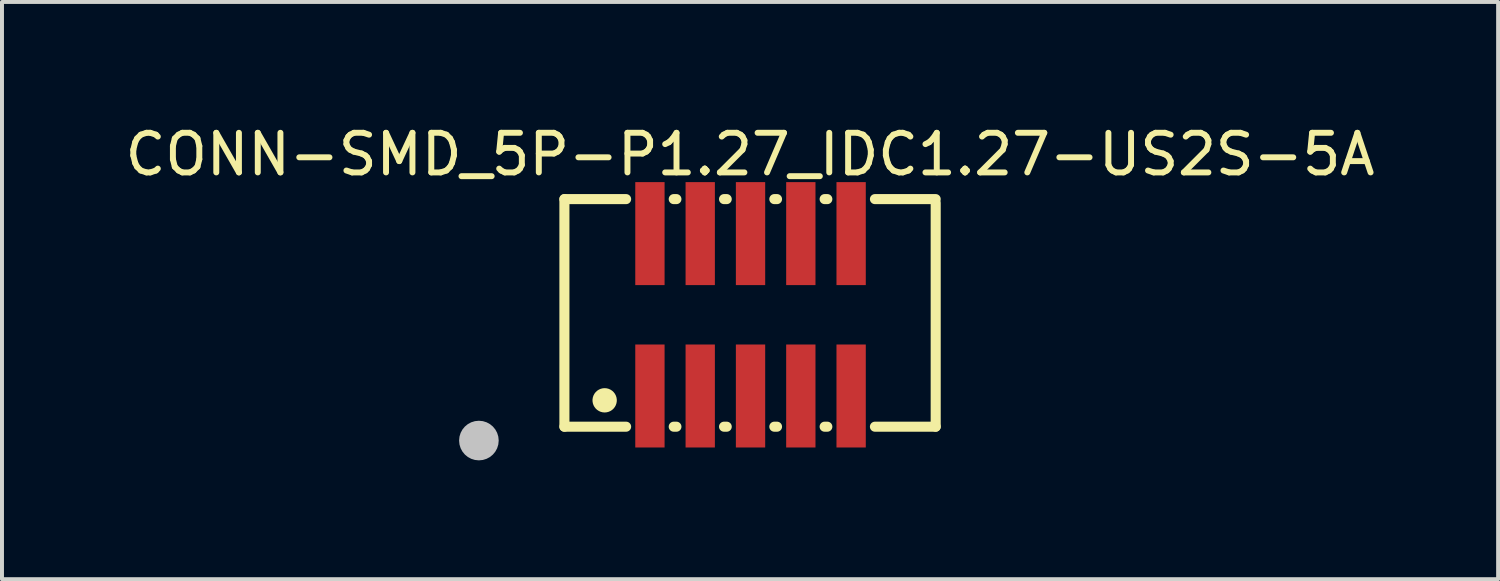
<source format=kicad_pcb>
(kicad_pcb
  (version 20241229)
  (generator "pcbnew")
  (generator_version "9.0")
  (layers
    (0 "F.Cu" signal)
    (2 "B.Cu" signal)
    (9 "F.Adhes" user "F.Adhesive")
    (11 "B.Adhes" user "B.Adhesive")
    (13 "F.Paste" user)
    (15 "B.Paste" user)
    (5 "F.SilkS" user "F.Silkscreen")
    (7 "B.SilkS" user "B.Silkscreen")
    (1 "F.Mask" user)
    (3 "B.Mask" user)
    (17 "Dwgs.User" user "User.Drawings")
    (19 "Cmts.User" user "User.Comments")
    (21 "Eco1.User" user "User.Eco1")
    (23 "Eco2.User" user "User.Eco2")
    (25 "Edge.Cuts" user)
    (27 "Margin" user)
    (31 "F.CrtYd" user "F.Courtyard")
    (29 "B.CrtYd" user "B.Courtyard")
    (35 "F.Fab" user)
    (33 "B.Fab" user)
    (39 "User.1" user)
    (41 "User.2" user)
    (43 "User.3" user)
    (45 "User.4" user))
  (footprint "CONN-SMD_5P-P1.27_IDC1.27-US2S-5A"
    (layer "F.Cu")
    (at 15.899 4.898)
    (property "Reference" "CONN-SMD_5P-P1.27_IDC1.27-US2S-5A" (at -0.012 -4.05 0) (layer "F.SilkS") (effects (font (size 1 1) (thickness 0.15))))
    (fp_line (start -4.699 -2.921) (end -3.141 -2.921) (stroke (width 0.254) (type default)) (layer "F.SilkS"))
    (fp_line (start -4.699 2.825) (end -4.699 -2.921) (stroke (width 0.254) (type default)) (layer "F.SilkS"))
    (fp_line (start -3.141 2.825) (end -4.699 2.825) (stroke (width 0.254) (type default)) (layer "F.SilkS"))
    (fp_line (start -1.939 -2.921) (end -1.871 -2.921) (stroke (width 0.254) (type default)) (layer "F.SilkS"))
    (fp_line (start -1.871 2.825) (end -1.939 2.825) (stroke (width 0.254) (type default)) (layer "F.SilkS"))
    (fp_line (start -0.669 -2.921) (end -0.601 -2.921) (stroke (width 0.254) (type default)) (layer "F.SilkS"))
    (fp_line (start -0.601 2.825) (end -0.669 2.825) (stroke (width 0.254) (type default)) (layer "F.SilkS"))
    (fp_line (start 0.601 -2.921) (end 0.669 -2.921) (stroke (width 0.254) (type default)) (layer "F.SilkS"))
    (fp_line (start 0.669 2.825) (end 0.601 2.825) (stroke (width 0.254) (type default)) (layer "F.SilkS"))
    (fp_line (start 1.871 -2.921) (end 1.939 -2.921) (stroke (width 0.254) (type default)) (layer "F.SilkS"))
    (fp_line (start 1.939 2.825) (end 1.871 2.825) (stroke (width 0.254) (type default)) (layer "F.SilkS"))
    (fp_line (start 3.141 -2.921) (end 4.675 -2.921) (stroke (width 0.254) (type default)) (layer "F.SilkS"))
    (fp_line (start 4.675 2.825) (end 3.141 2.825) (stroke (width 0.254) (type default)) (layer "F.SilkS"))
    (fp_line (start 4.675 2.825) (end 4.675 -2.825) (stroke (width 0.254) (type default)) (layer "F.SilkS"))
    (fp_poly (pts (arc (start -3.9895 2.159) (mid -3.683 2.4655) (end -3.3765 2.159)) (arc (start -3.3765 2.159) (mid -3.683 1.8525) (end -3.9895 2.159))) (stroke (width 0) (type default)) (fill yes) (layer "F.SilkS"))
    (fp_circle (center -6.858 3.175) (end -6.608 3.175) (stroke (width 0.5) (type default)) (fill no) (layer "Dwgs.User"))
    (fp_poly (pts (xy -2.74 -2.85) (xy -2.34 -2.85) (xy -2.34 -0.85) (xy -2.74 -0.85)) (stroke (width 0.1) (type default)) (fill no) (layer "User.1"))
    (fp_poly (pts (xy -2.74 0.85) (xy -2.34 0.85) (xy -2.34 2.85) (xy -2.74 2.85)) (stroke (width 0.1) (type default)) (fill no) (layer "User.1"))
    (fp_poly (pts (xy -1.47 -2.85) (xy -1.07 -2.85) (xy -1.07 -0.85) (xy -1.47 -0.85)) (stroke (width 0.1) (type default)) (fill no) (layer "User.1"))
    (fp_poly (pts (xy -1.47 0.85) (xy -1.07 0.85) (xy -1.07 2.85) (xy -1.47 2.85)) (stroke (width 0.1) (type default)) (fill no) (layer "User.1"))
    (fp_poly (pts (xy -0.2 -2.85) (xy 0.2 -2.85) (xy 0.2 -0.85) (xy -0.2 -0.85)) (stroke (width 0.1) (type default)) (fill no) (layer "User.1"))
    (fp_poly (pts (xy -0.2 0.85) (xy 0.2 0.85) (xy 0.2 2.85) (xy -0.2 2.85)) (stroke (width 0.1) (type default)) (fill no) (layer "User.1"))
    (fp_poly (pts (xy 1.07 -2.85) (xy 1.47 -2.85) (xy 1.47 -0.85) (xy 1.07 -0.85)) (stroke (width 0.1) (type default)) (fill no) (layer "User.1"))
    (fp_poly (pts (xy 1.07 0.85) (xy 1.47 0.85) (xy 1.47 2.85) (xy 1.07 2.85)) (stroke (width 0.1) (type default)) (fill no) (layer "User.1"))
    (fp_poly (pts (xy 2.34 -2.85) (xy 2.74 -2.85) (xy 2.74 -0.85) (xy 2.34 -0.85)) (stroke (width 0.1) (type default)) (fill no) (layer "User.1"))
    (fp_poly (pts (xy 2.34 0.85) (xy 2.74 0.85) (xy 2.74 2.85) (xy 2.34 2.85)) (stroke (width 0.1) (type default)) (fill no) (layer "User.1"))
    (fp_line (start -4.675 -2.825) (end 4.675 -2.825) (stroke (width 0.051) (type default)) (layer "User.2"))
    (fp_line (start -4.675 2.825) (end -4.675 -2.825) (stroke (width 0.051) (type default)) (layer "User.2"))
    (fp_line (start 4.675 -2.825) (end 4.675 2.825) (stroke (width 0.051) (type default)) (layer "User.2"))
    (fp_line (start 4.675 2.825) (end -4.675 2.825) (stroke (width 0.051) (type default)) (layer "User.2"))
    (fp_poly (pts (xy -4.615 2.85) (xy -4.633 2.808) (xy -4.675 2.79) (xy -4.717 2.808) (xy -4.735 2.85) (xy -4.717 2.892) (xy -4.675 2.91) (xy -4.633 2.892)) (stroke (width 0.1) (type default)) (fill no) (layer "User.3"))
    (pad "1" smd rect (at -2.54 2.05) (size 0.74 2.6) (layers "F.Cu" "F.Mask" "F.Paste"))
    (pad "2" smd rect (at -2.54 -2.05) (size 0.74 2.6) (layers "F.Cu" "F.Mask" "F.Paste"))
    (pad "3" smd rect (at -1.27 2.05) (size 0.74 2.6) (layers "F.Cu" "F.Mask" "F.Paste"))
    (pad "4" smd rect (at -1.27 -2.05) (size 0.74 2.6) (layers "F.Cu" "F.Mask" "F.Paste"))
    (pad "5" smd rect (at 0 2.05) (size 0.74 2.6) (layers "F.Cu" "F.Mask" "F.Paste"))
    (pad "6" smd rect (at 0 -2.05) (size 0.74 2.6) (layers "F.Cu" "F.Mask" "F.Paste"))
    (pad "7" smd rect (at 1.27 2.05) (size 0.74 2.6) (layers "F.Cu" "F.Mask" "F.Paste"))
    (pad "8" smd rect (at 1.27 -2.05) (size 0.74 2.6) (layers "F.Cu" "F.Mask" "F.Paste"))
    (pad "9" smd rect (at 2.54 2.05) (size 0.74 2.6) (layers "F.Cu" "F.Mask" "F.Paste"))
    (pad "10" smd rect (at 2.54 -2.05) (size 0.74 2.6) (layers "F.Cu" "F.Mask" "F.Paste")))
  (gr_rect
    (start -3 -3)
    (end 34.774 11.573)
    (stroke (width 0.1) (type default))
    (fill no)
    (layer "Edge.Cuts")))
</source>
